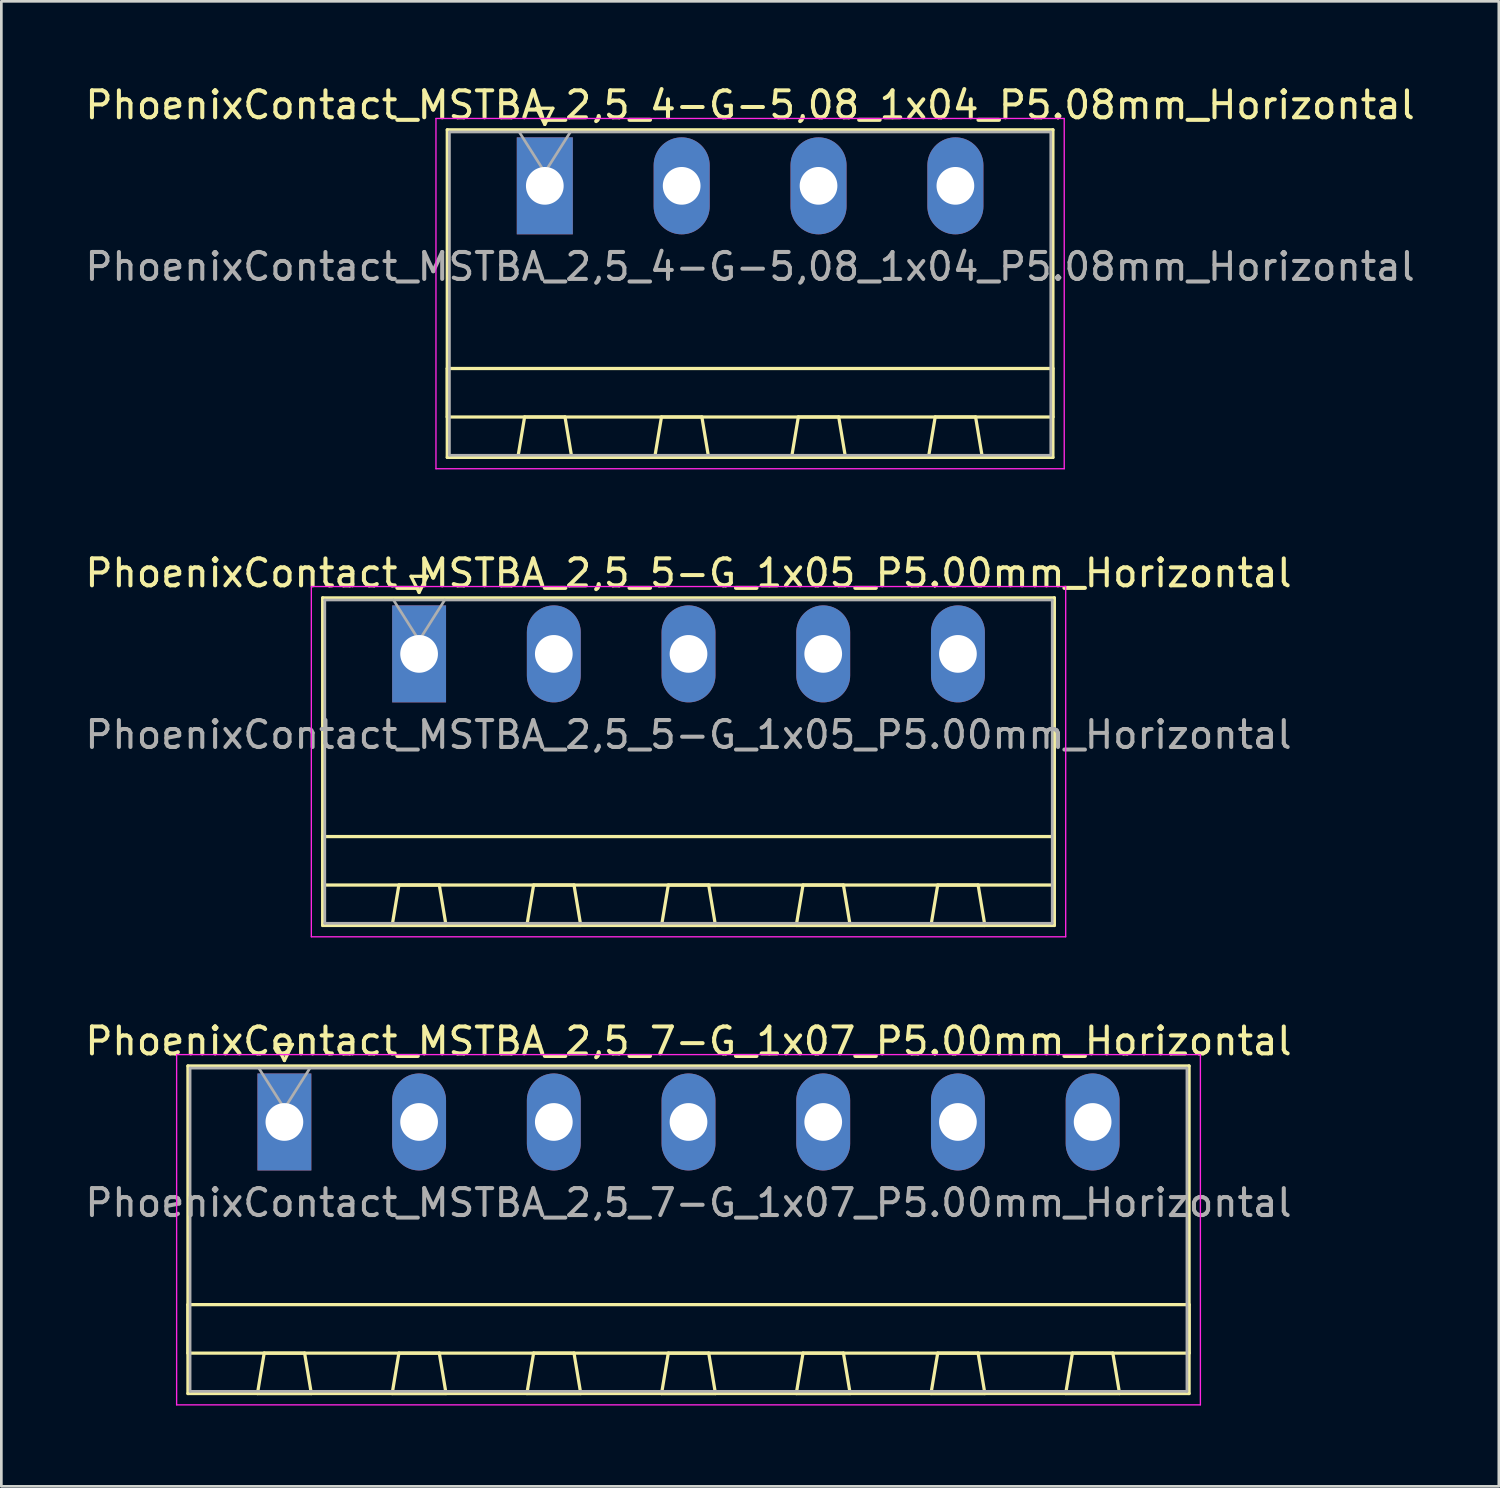
<source format=kicad_pcb>
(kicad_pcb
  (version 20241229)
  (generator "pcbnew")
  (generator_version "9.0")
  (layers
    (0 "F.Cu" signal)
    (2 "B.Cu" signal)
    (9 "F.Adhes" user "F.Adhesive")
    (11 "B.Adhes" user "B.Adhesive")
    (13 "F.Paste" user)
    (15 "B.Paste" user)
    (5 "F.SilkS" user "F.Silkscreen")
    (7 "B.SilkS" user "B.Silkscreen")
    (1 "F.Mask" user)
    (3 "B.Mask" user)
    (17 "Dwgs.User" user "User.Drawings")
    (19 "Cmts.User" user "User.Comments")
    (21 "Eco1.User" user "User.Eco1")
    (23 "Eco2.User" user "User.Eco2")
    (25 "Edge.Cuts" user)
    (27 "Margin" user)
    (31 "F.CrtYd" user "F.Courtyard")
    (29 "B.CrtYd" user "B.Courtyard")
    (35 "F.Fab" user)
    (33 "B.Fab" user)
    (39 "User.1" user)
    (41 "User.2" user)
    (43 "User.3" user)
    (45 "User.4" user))
  (footprint "PhoenixContact_MSTBA_2,5_7-G_1x07_P5.00mm_Horizontal"
    (layer "F.Cu")
    (at 7.506 38.595)
    (property "Reference" "PhoenixContact_MSTBA_2,5_7-G_1x07_P5.00mm_Horizontal" (at 15 -3 0) (layer "F.SilkS") (effects (font (size 1 1) (thickness 0.15))))
    (attr through_hole)
    (fp_line (start -3.58 -2.08) (end -3.58 10.08) (stroke (width 0.12) (type solid)) (layer "F.SilkS"))
    (fp_line (start -3.58 6.78) (end 33.58 6.78) (stroke (width 0.12) (type solid)) (layer "F.SilkS"))
    (fp_line (start -3.58 8.58) (end -3.58 6.78) (stroke (width 0.12) (type solid)) (layer "F.SilkS"))
    (fp_line (start -3.58 10.08) (end 33.58 10.08) (stroke (width 0.12) (type solid)) (layer "F.SilkS"))
    (fp_line (start -1 10.08) (end 1 10.08) (stroke (width 0.12) (type solid)) (layer "F.SilkS"))
    (fp_line (start -0.75 8.58) (end -1 10.08) (stroke (width 0.12) (type solid)) (layer "F.SilkS"))
    (fp_line (start -0.3 -2.88) (end 0.3 -2.88) (stroke (width 0.12) (type solid)) (layer "F.SilkS"))
    (fp_line (start 0 -2.28) (end -0.3 -2.88) (stroke (width 0.12) (type solid)) (layer "F.SilkS"))
    (fp_line (start 0.3 -2.88) (end 0 -2.28) (stroke (width 0.12) (type solid)) (layer "F.SilkS"))
    (fp_line (start 0.75 8.58) (end -0.75 8.58) (stroke (width 0.12) (type solid)) (layer "F.SilkS"))
    (fp_line (start 1 10.08) (end 0.75 8.58) (stroke (width 0.12) (type solid)) (layer "F.SilkS"))
    (fp_line (start 4 10.08) (end 6 10.08) (stroke (width 0.12) (type solid)) (layer "F.SilkS"))
    (fp_line (start 4.25 8.58) (end 4 10.08) (stroke (width 0.12) (type solid)) (layer "F.SilkS"))
    (fp_line (start 5.75 8.58) (end 4.25 8.58) (stroke (width 0.12) (type solid)) (layer "F.SilkS"))
    (fp_line (start 6 10.08) (end 5.75 8.58) (stroke (width 0.12) (type solid)) (layer "F.SilkS"))
    (fp_line (start 9 10.08) (end 11 10.08) (stroke (width 0.12) (type solid)) (layer "F.SilkS"))
    (fp_line (start 9.25 8.58) (end 9 10.08) (stroke (width 0.12) (type solid)) (layer "F.SilkS"))
    (fp_line (start 10.75 8.58) (end 9.25 8.58) (stroke (width 0.12) (type solid)) (layer "F.SilkS"))
    (fp_line (start 11 10.08) (end 10.75 8.58) (stroke (width 0.12) (type solid)) (layer "F.SilkS"))
    (fp_line (start 14 10.08) (end 16 10.08) (stroke (width 0.12) (type solid)) (layer "F.SilkS"))
    (fp_line (start 14.25 8.58) (end 14 10.08) (stroke (width 0.12) (type solid)) (layer "F.SilkS"))
    (fp_line (start 15.75 8.58) (end 14.25 8.58) (stroke (width 0.12) (type solid)) (layer "F.SilkS"))
    (fp_line (start 16 10.08) (end 15.75 8.58) (stroke (width 0.12) (type solid)) (layer "F.SilkS"))
    (fp_line (start 19 10.08) (end 21 10.08) (stroke (width 0.12) (type solid)) (layer "F.SilkS"))
    (fp_line (start 19.25 8.58) (end 19 10.08) (stroke (width 0.12) (type solid)) (layer "F.SilkS"))
    (fp_line (start 20.75 8.58) (end 19.25 8.58) (stroke (width 0.12) (type solid)) (layer "F.SilkS"))
    (fp_line (start 21 10.08) (end 20.75 8.58) (stroke (width 0.12) (type solid)) (layer "F.SilkS"))
    (fp_line (start 24 10.08) (end 26 10.08) (stroke (width 0.12) (type solid)) (layer "F.SilkS"))
    (fp_line (start 24.25 8.58) (end 24 10.08) (stroke (width 0.12) (type solid)) (layer "F.SilkS"))
    (fp_line (start 25.75 8.58) (end 24.25 8.58) (stroke (width 0.12) (type solid)) (layer "F.SilkS"))
    (fp_line (start 26 10.08) (end 25.75 8.58) (stroke (width 0.12) (type solid)) (layer "F.SilkS"))
    (fp_line (start 29 10.08) (end 31 10.08) (stroke (width 0.12) (type solid)) (layer "F.SilkS"))
    (fp_line (start 29.25 8.58) (end 29 10.08) (stroke (width 0.12) (type solid)) (layer "F.SilkS"))
    (fp_line (start 30.75 8.58) (end 29.25 8.58) (stroke (width 0.12) (type solid)) (layer "F.SilkS"))
    (fp_line (start 31 10.08) (end 30.75 8.58) (stroke (width 0.12) (type solid)) (layer "F.SilkS"))
    (fp_line (start 33.58 -2.08) (end -3.58 -2.08) (stroke (width 0.12) (type solid)) (layer "F.SilkS"))
    (fp_line (start 33.58 6.78) (end 33.58 8.58) (stroke (width 0.12) (type solid)) (layer "F.SilkS"))
    (fp_line (start 33.58 8.58) (end -3.58 8.58) (stroke (width 0.12) (type solid)) (layer "F.SilkS"))
    (fp_line (start 33.58 10.08) (end 33.58 -2.08) (stroke (width 0.12) (type solid)) (layer "F.SilkS"))
    (fp_line (start -4 -2.5) (end -4 10.5) (stroke (width 0.05) (type solid)) (layer "F.CrtYd"))
    (fp_line (start -4 10.5) (end 34 10.5) (stroke (width 0.05) (type solid)) (layer "F.CrtYd"))
    (fp_line (start 34 -2.5) (end -4 -2.5) (stroke (width 0.05) (type solid)) (layer "F.CrtYd"))
    (fp_line (start 34 10.5) (end 34 -2.5) (stroke (width 0.05) (type solid)) (layer "F.CrtYd"))
    (fp_line (start -3.5 -2) (end -3.5 10) (stroke (width 0.1) (type solid)) (layer "F.Fab"))
    (fp_line (start -3.5 10) (end 33.5 10) (stroke (width 0.1) (type solid)) (layer "F.Fab"))
    (fp_line (start 0 -0.5) (end -0.95 -2) (stroke (width 0.1) (type solid)) (layer "F.Fab"))
    (fp_line (start 0.95 -2) (end 0 -0.5) (stroke (width 0.1) (type solid)) (layer "F.Fab"))
    (fp_line (start 33.5 -2) (end -3.5 -2) (stroke (width 0.1) (type solid)) (layer "F.Fab"))
    (fp_line (start 33.5 10) (end 33.5 -2) (stroke (width 0.1) (type solid)) (layer "F.Fab"))
    (fp_text user "${REFERENCE}" (at 15 3 0) (layer "F.Fab") (effects (font (size 1 1) (thickness 0.15))))
    (pad "1" thru_hole rect (at 0 0) (size 2 3.6) (drill 1.4) (layers "*.Cu" "*.Mask"))
    (pad "2" thru_hole oval (at 5 0) (size 2 3.6) (drill 1.4) (layers "*.Cu" "*.Mask"))
    (pad "3" thru_hole oval (at 10 0) (size 2 3.6) (drill 1.4) (layers "*.Cu" "*.Mask"))
    (pad "4" thru_hole oval (at 15 0) (size 2 3.6) (drill 1.4) (layers "*.Cu" "*.Mask"))
    (pad "5" thru_hole oval (at 20 0) (size 2 3.6) (drill 1.4) (layers "*.Cu" "*.Mask"))
    (pad "6" thru_hole oval (at 25 0) (size 2 3.6) (drill 1.4) (layers "*.Cu" "*.Mask"))
    (pad "7" thru_hole oval (at 30 0) (size 2 3.6) (drill 1.4) (layers "*.Cu" "*.Mask")))
  (footprint "PhoenixContact_MSTBA_2,5_5-G_1x05_P5.00mm_Horizontal"
    (layer "F.Cu")
    (at 12.506 21.221)
    (property "Reference" "PhoenixContact_MSTBA_2,5_5-G_1x05_P5.00mm_Horizontal" (at 10 -3 0) (layer "F.SilkS") (effects (font (size 1 1) (thickness 0.15))))
    (attr through_hole)
    (fp_line (start -3.58 -2.08) (end -3.58 10.08) (stroke (width 0.12) (type solid)) (layer "F.SilkS"))
    (fp_line (start -3.58 6.78) (end 23.58 6.78) (stroke (width 0.12) (type solid)) (layer "F.SilkS"))
    (fp_line (start -3.58 8.58) (end -3.58 6.78) (stroke (width 0.12) (type solid)) (layer "F.SilkS"))
    (fp_line (start -3.58 10.08) (end 23.58 10.08) (stroke (width 0.12) (type solid)) (layer "F.SilkS"))
    (fp_line (start -1 10.08) (end 1 10.08) (stroke (width 0.12) (type solid)) (layer "F.SilkS"))
    (fp_line (start -0.75 8.58) (end -1 10.08) (stroke (width 0.12) (type solid)) (layer "F.SilkS"))
    (fp_line (start -0.3 -2.88) (end 0.3 -2.88) (stroke (width 0.12) (type solid)) (layer "F.SilkS"))
    (fp_line (start 0 -2.28) (end -0.3 -2.88) (stroke (width 0.12) (type solid)) (layer "F.SilkS"))
    (fp_line (start 0.3 -2.88) (end 0 -2.28) (stroke (width 0.12) (type solid)) (layer "F.SilkS"))
    (fp_line (start 0.75 8.58) (end -0.75 8.58) (stroke (width 0.12) (type solid)) (layer "F.SilkS"))
    (fp_line (start 1 10.08) (end 0.75 8.58) (stroke (width 0.12) (type solid)) (layer "F.SilkS"))
    (fp_line (start 4 10.08) (end 6 10.08) (stroke (width 0.12) (type solid)) (layer "F.SilkS"))
    (fp_line (start 4.25 8.58) (end 4 10.08) (stroke (width 0.12) (type solid)) (layer "F.SilkS"))
    (fp_line (start 5.75 8.58) (end 4.25 8.58) (stroke (width 0.12) (type solid)) (layer "F.SilkS"))
    (fp_line (start 6 10.08) (end 5.75 8.58) (stroke (width 0.12) (type solid)) (layer "F.SilkS"))
    (fp_line (start 9 10.08) (end 11 10.08) (stroke (width 0.12) (type solid)) (layer "F.SilkS"))
    (fp_line (start 9.25 8.58) (end 9 10.08) (stroke (width 0.12) (type solid)) (layer "F.SilkS"))
    (fp_line (start 10.75 8.58) (end 9.25 8.58) (stroke (width 0.12) (type solid)) (layer "F.SilkS"))
    (fp_line (start 11 10.08) (end 10.75 8.58) (stroke (width 0.12) (type solid)) (layer "F.SilkS"))
    (fp_line (start 14 10.08) (end 16 10.08) (stroke (width 0.12) (type solid)) (layer "F.SilkS"))
    (fp_line (start 14.25 8.58) (end 14 10.08) (stroke (width 0.12) (type solid)) (layer "F.SilkS"))
    (fp_line (start 15.75 8.58) (end 14.25 8.58) (stroke (width 0.12) (type solid)) (layer "F.SilkS"))
    (fp_line (start 16 10.08) (end 15.75 8.58) (stroke (width 0.12) (type solid)) (layer "F.SilkS"))
    (fp_line (start 19 10.08) (end 21 10.08) (stroke (width 0.12) (type solid)) (layer "F.SilkS"))
    (fp_line (start 19.25 8.58) (end 19 10.08) (stroke (width 0.12) (type solid)) (layer "F.SilkS"))
    (fp_line (start 20.75 8.58) (end 19.25 8.58) (stroke (width 0.12) (type solid)) (layer "F.SilkS"))
    (fp_line (start 21 10.08) (end 20.75 8.58) (stroke (width 0.12) (type solid)) (layer "F.SilkS"))
    (fp_line (start 23.58 -2.08) (end -3.58 -2.08) (stroke (width 0.12) (type solid)) (layer "F.SilkS"))
    (fp_line (start 23.58 6.78) (end 23.58 8.58) (stroke (width 0.12) (type solid)) (layer "F.SilkS"))
    (fp_line (start 23.58 8.58) (end -3.58 8.58) (stroke (width 0.12) (type solid)) (layer "F.SilkS"))
    (fp_line (start 23.58 10.08) (end 23.58 -2.08) (stroke (width 0.12) (type solid)) (layer "F.SilkS"))
    (fp_line (start -4 -2.5) (end -4 10.5) (stroke (width 0.05) (type solid)) (layer "F.CrtYd"))
    (fp_line (start -4 10.5) (end 24 10.5) (stroke (width 0.05) (type solid)) (layer "F.CrtYd"))
    (fp_line (start 24 -2.5) (end -4 -2.5) (stroke (width 0.05) (type solid)) (layer "F.CrtYd"))
    (fp_line (start 24 10.5) (end 24 -2.5) (stroke (width 0.05) (type solid)) (layer "F.CrtYd"))
    (fp_line (start -3.5 -2) (end -3.5 10) (stroke (width 0.1) (type solid)) (layer "F.Fab"))
    (fp_line (start -3.5 10) (end 23.5 10) (stroke (width 0.1) (type solid)) (layer "F.Fab"))
    (fp_line (start 0 -0.5) (end -0.95 -2) (stroke (width 0.1) (type solid)) (layer "F.Fab"))
    (fp_line (start 0.95 -2) (end 0 -0.5) (stroke (width 0.1) (type solid)) (layer "F.Fab"))
    (fp_line (start 23.5 -2) (end -3.5 -2) (stroke (width 0.1) (type solid)) (layer "F.Fab"))
    (fp_line (start 23.5 10) (end 23.5 -2) (stroke (width 0.1) (type solid)) (layer "F.Fab"))
    (fp_text user "${REFERENCE}" (at 10 3 0) (layer "F.Fab") (effects (font (size 1 1) (thickness 0.15))))
    (pad "1" thru_hole rect (at 0 0) (size 2 3.6) (drill 1.4) (layers "*.Cu" "*.Mask"))
    (pad "2" thru_hole oval (at 5 0) (size 2 3.6) (drill 1.4) (layers "*.Cu" "*.Mask"))
    (pad "3" thru_hole oval (at 10 0) (size 2 3.6) (drill 1.4) (layers "*.Cu" "*.Mask"))
    (pad "4" thru_hole oval (at 15 0) (size 2 3.6) (drill 1.4) (layers "*.Cu" "*.Mask"))
    (pad "5" thru_hole oval (at 20 0) (size 2 3.6) (drill 1.4) (layers "*.Cu" "*.Mask")))
  (footprint "PhoenixContact_MSTBA_2,5_4-G-5,08_1x04_P5.08mm_Horizontal"
    (layer "F.Cu")
    (at 17.172 3.848)
    (property "Reference" "PhoenixContact_MSTBA_2,5_4-G-5,08_1x04_P5.08mm_Horizontal" (at 7.62 -3 0) (layer "F.SilkS") (effects (font (size 1 1) (thickness 0.15))))
    (attr through_hole)
    (fp_line (start -3.62 -2.08) (end -3.62 10.08) (stroke (width 0.12) (type solid)) (layer "F.SilkS"))
    (fp_line (start -3.62 6.78) (end 18.86 6.78) (stroke (width 0.12) (type solid)) (layer "F.SilkS"))
    (fp_line (start -3.62 8.58) (end -3.62 6.78) (stroke (width 0.12) (type solid)) (layer "F.SilkS"))
    (fp_line (start -3.62 10.08) (end 18.86 10.08) (stroke (width 0.12) (type solid)) (layer "F.SilkS"))
    (fp_line (start -1 10.08) (end 1 10.08) (stroke (width 0.12) (type solid)) (layer "F.SilkS"))
    (fp_line (start -0.75 8.58) (end -1 10.08) (stroke (width 0.12) (type solid)) (layer "F.SilkS"))
    (fp_line (start -0.3 -2.88) (end 0.3 -2.88) (stroke (width 0.12) (type solid)) (layer "F.SilkS"))
    (fp_line (start 0 -2.28) (end -0.3 -2.88) (stroke (width 0.12) (type solid)) (layer "F.SilkS"))
    (fp_line (start 0.3 -2.88) (end 0 -2.28) (stroke (width 0.12) (type solid)) (layer "F.SilkS"))
    (fp_line (start 0.75 8.58) (end -0.75 8.58) (stroke (width 0.12) (type solid)) (layer "F.SilkS"))
    (fp_line (start 1 10.08) (end 0.75 8.58) (stroke (width 0.12) (type solid)) (layer "F.SilkS"))
    (fp_line (start 4.08 10.08) (end 6.08 10.08) (stroke (width 0.12) (type solid)) (layer "F.SilkS"))
    (fp_line (start 4.33 8.58) (end 4.08 10.08) (stroke (width 0.12) (type solid)) (layer "F.SilkS"))
    (fp_line (start 5.83 8.58) (end 4.33 8.58) (stroke (width 0.12) (type solid)) (layer "F.SilkS"))
    (fp_line (start 6.08 10.08) (end 5.83 8.58) (stroke (width 0.12) (type solid)) (layer "F.SilkS"))
    (fp_line (start 9.16 10.08) (end 11.16 10.08) (stroke (width 0.12) (type solid)) (layer "F.SilkS"))
    (fp_line (start 9.41 8.58) (end 9.16 10.08) (stroke (width 0.12) (type solid)) (layer "F.SilkS"))
    (fp_line (start 10.91 8.58) (end 9.41 8.58) (stroke (width 0.12) (type solid)) (layer "F.SilkS"))
    (fp_line (start 11.16 10.08) (end 10.91 8.58) (stroke (width 0.12) (type solid)) (layer "F.SilkS"))
    (fp_line (start 14.24 10.08) (end 16.24 10.08) (stroke (width 0.12) (type solid)) (layer "F.SilkS"))
    (fp_line (start 14.49 8.58) (end 14.24 10.08) (stroke (width 0.12) (type solid)) (layer "F.SilkS"))
    (fp_line (start 15.99 8.58) (end 14.49 8.58) (stroke (width 0.12) (type solid)) (layer "F.SilkS"))
    (fp_line (start 16.24 10.08) (end 15.99 8.58) (stroke (width 0.12) (type solid)) (layer "F.SilkS"))
    (fp_line (start 18.86 -2.08) (end -3.62 -2.08) (stroke (width 0.12) (type solid)) (layer "F.SilkS"))
    (fp_line (start 18.86 6.78) (end 18.86 8.58) (stroke (width 0.12) (type solid)) (layer "F.SilkS"))
    (fp_line (start 18.86 8.58) (end -3.62 8.58) (stroke (width 0.12) (type solid)) (layer "F.SilkS"))
    (fp_line (start 18.86 10.08) (end 18.86 -2.08) (stroke (width 0.12) (type solid)) (layer "F.SilkS"))
    (fp_line (start -4.04 -2.5) (end -4.04 10.5) (stroke (width 0.05) (type solid)) (layer "F.CrtYd"))
    (fp_line (start -4.04 10.5) (end 19.28 10.5) (stroke (width 0.05) (type solid)) (layer "F.CrtYd"))
    (fp_line (start 19.28 -2.5) (end -4.04 -2.5) (stroke (width 0.05) (type solid)) (layer "F.CrtYd"))
    (fp_line (start 19.28 10.5) (end 19.28 -2.5) (stroke (width 0.05) (type solid)) (layer "F.CrtYd"))
    (fp_line (start -3.54 -2) (end -3.54 10) (stroke (width 0.1) (type solid)) (layer "F.Fab"))
    (fp_line (start -3.54 10) (end 18.78 10) (stroke (width 0.1) (type solid)) (layer "F.Fab"))
    (fp_line (start 0 -0.5) (end -0.95 -2) (stroke (width 0.1) (type solid)) (layer "F.Fab"))
    (fp_line (start 0.95 -2) (end 0 -0.5) (stroke (width 0.1) (type solid)) (layer "F.Fab"))
    (fp_line (start 18.78 -2) (end -3.54 -2) (stroke (width 0.1) (type solid)) (layer "F.Fab"))
    (fp_line (start 18.78 10) (end 18.78 -2) (stroke (width 0.1) (type solid)) (layer "F.Fab"))
    (fp_text user "${REFERENCE}" (at 7.62 3 0) (layer "F.Fab") (effects (font (size 1 1) (thickness 0.15))))
    (pad "1" thru_hole rect (at 0 0) (size 2.08 3.6) (drill 1.4) (layers "*.Cu" "*.Mask"))
    (pad "2" thru_hole oval (at 5.08 0) (size 2.08 3.6) (drill 1.4) (layers "*.Cu" "*.Mask"))
    (pad "3" thru_hole oval (at 10.16 0) (size 2.08 3.6) (drill 1.4) (layers "*.Cu" "*.Mask"))
    (pad "4" thru_hole oval (at 15.24 0) (size 2.08 3.6) (drill 1.4) (layers "*.Cu" "*.Mask")))
  (gr_rect
    (start -3 -3)
    (end 52.583 52.12)
    (stroke (width 0.1) (type default))
    (fill no)
    (layer "Edge.Cuts")))
</source>
